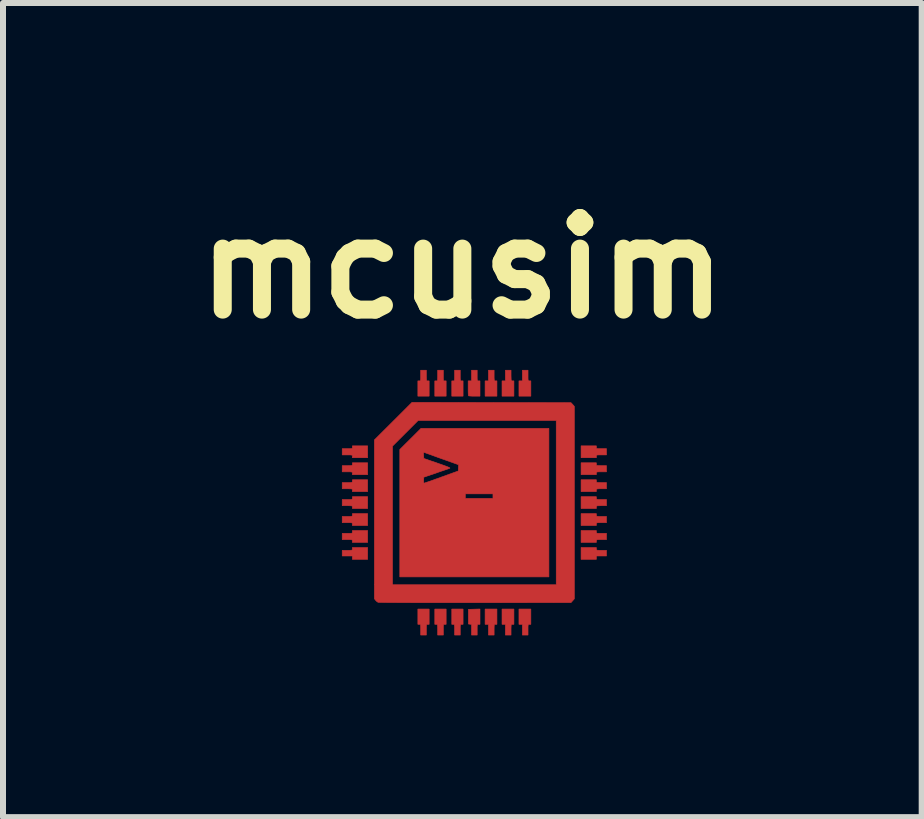
<source format=kicad_pcb>
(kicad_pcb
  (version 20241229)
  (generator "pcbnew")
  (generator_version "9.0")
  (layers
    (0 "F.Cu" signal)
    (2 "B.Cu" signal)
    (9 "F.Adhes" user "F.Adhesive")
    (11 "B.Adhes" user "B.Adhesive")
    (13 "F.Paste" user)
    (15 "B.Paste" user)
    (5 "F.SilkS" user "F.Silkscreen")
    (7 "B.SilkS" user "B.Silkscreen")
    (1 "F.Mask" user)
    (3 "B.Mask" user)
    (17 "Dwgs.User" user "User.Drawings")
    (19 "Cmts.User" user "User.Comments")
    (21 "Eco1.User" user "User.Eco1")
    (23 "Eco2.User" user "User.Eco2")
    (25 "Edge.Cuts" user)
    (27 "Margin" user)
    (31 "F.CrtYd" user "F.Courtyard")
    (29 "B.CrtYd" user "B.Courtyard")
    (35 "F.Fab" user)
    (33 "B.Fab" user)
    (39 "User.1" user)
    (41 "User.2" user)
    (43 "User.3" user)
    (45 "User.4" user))
  (footprint "mcusim"
    (layer "F.Cu")
    (at 4.852 5.318)
    (property "Reference" "mcusim" (at -0.2 -3.9 0) (layer "F.SilkS") (effects (font (size 1.524 1.524) (thickness 0.3))))
    (attr through_hole)
    (fp_poly (pts (xy -1.778 0.95) (xy -2.032 0.95) (xy -2.032 0.894) (xy -2.201 0.894) (xy -2.201 0.8) (xy -2.117 0.8) (xy -2.077 0.799) (xy -2.052 0.798) (xy -2.038 0.795) (xy -2.033 0.789) (xy -2.032 0.778) (xy -2.032 0.776) (xy -2.032 0.753) (xy -1.778 0.753) (xy -1.778 0.95)) (stroke (width 0.01) (type solid)) (fill yes) (layer "F.Cu"))
    (fp_poly (pts (xy 0.329 -2.112) (xy 0.329 -2.071) (xy 0.331 -2.044) (xy 0.334 -2.03) (xy 0.339 -2.024) (xy 0.349 -2.023) (xy 0.353 -2.023) (xy 0.376 -2.023) (xy 0.376 -1.769) (xy 0.179 -1.769) (xy 0.179 -2.023) (xy 0.235 -2.023) (xy 0.235 -2.201) (xy 0.329 -2.201) (xy 0.329 -2.112)) (stroke (width 0.01) (type solid)) (fill yes) (layer "F.Cu"))
    (fp_poly (pts (xy 0.376 2.032) (xy 0.353 2.032) (xy 0.342 2.033) (xy 0.335 2.037) (xy 0.331 2.048) (xy 0.33 2.07) (xy 0.329 2.106) (xy 0.329 2.121) (xy 0.329 2.211) (xy 0.235 2.211) (xy 0.235 2.032) (xy 0.179 2.032) (xy 0.179 1.778) (xy 0.376 1.778) (xy 0.376 2.032)) (stroke (width 0.01) (type solid)) (fill yes) (layer "F.Cu"))
    (fp_poly (pts (xy 0.611 -2.112) (xy 0.612 -2.071) (xy 0.613 -2.044) (xy 0.616 -2.03) (xy 0.622 -2.024) (xy 0.631 -2.023) (xy 0.635 -2.023) (xy 0.659 -2.023) (xy 0.659 -1.769) (xy 0.461 -1.769) (xy 0.461 -2.023) (xy 0.517 -2.023) (xy 0.517 -2.201) (xy 0.611 -2.201) (xy 0.611 -2.112)) (stroke (width 0.01) (type solid)) (fill yes) (layer "F.Cu"))
    (fp_poly (pts (xy 0.659 2.032) (xy 0.635 2.032) (xy 0.624 2.033) (xy 0.617 2.037) (xy 0.613 2.048) (xy 0.612 2.07) (xy 0.611 2.106) (xy 0.611 2.121) (xy 0.611 2.211) (xy 0.517 2.211) (xy 0.517 2.032) (xy 0.461 2.032) (xy 0.461 1.778) (xy 0.659 1.778) (xy 0.659 2.032)) (stroke (width 0.01) (type solid)) (fill yes) (layer "F.Cu"))
    (fp_poly (pts (xy 0.894 -2.112) (xy 0.894 -2.071) (xy 0.895 -2.044) (xy 0.898 -2.03) (xy 0.904 -2.024) (xy 0.913 -2.023) (xy 0.917 -2.023) (xy 0.941 -2.023) (xy 0.941 -1.769) (xy 0.743 -1.769) (xy 0.743 -2.023) (xy 0.8 -2.023) (xy 0.8 -2.201) (xy 0.894 -2.201) (xy 0.894 -2.112)) (stroke (width 0.01) (type solid)) (fill yes) (layer "F.Cu"))
    (fp_poly (pts (xy 0.941 2.032) (xy 0.917 2.032) (xy 0.906 2.033) (xy 0.899 2.037) (xy 0.896 2.048) (xy 0.894 2.07) (xy 0.894 2.106) (xy 0.894 2.121) (xy 0.894 2.211) (xy 0.8 2.211) (xy 0.8 2.032) (xy 0.743 2.032) (xy 0.743 1.778) (xy 0.941 1.778) (xy 0.941 2.032)) (stroke (width 0.01) (type solid)) (fill yes) (layer "F.Cu"))
    (fp_poly (pts (xy 2.032 0.776) (xy 2.033 0.787) (xy 2.037 0.794) (xy 2.049 0.798) (xy 2.072 0.799) (xy 2.109 0.8) (xy 2.117 0.8) (xy 2.201 0.8) (xy 2.201 0.894) (xy 2.032 0.894) (xy 2.032 0.95) (xy 1.778 0.95) (xy 1.778 0.753) (xy 2.032 0.753) (xy 2.032 0.776)) (stroke (width 0.01) (type solid)) (fill yes) (layer "F.Cu"))
    (fp_poly (pts (xy 0.094 2.032) (xy 0.071 2.032) (xy 0.06 2.033) (xy 0.053 2.037) (xy 0.049 2.048) (xy 0.047 2.07) (xy 0.047 2.106) (xy 0.047 2.121) (xy 0.047 2.211) (xy -0.047 2.211) (xy -0.047 2.033) (xy -0.073 2.03) (xy -0.099 2.027) (xy -0.099 1.783) (xy 0.094 1.777) (xy 0.094 2.032)) (stroke (width 0.01) (type solid)) (fill yes) (layer "F.Cu"))
    (fp_poly (pts (xy -1.778 -0.743) (xy -2.032 -0.743) (xy -2.032 -0.767) (xy -2.033 -0.778) (xy -2.037 -0.785) (xy -2.049 -0.788) (xy -2.072 -0.79) (xy -2.109 -0.79) (xy -2.117 -0.79) (xy -2.201 -0.79) (xy -2.201 -0.894) (xy -2.117 -0.894) (xy -2.077 -0.894) (xy -2.052 -0.895) (xy -2.038 -0.898) (xy -2.033 -0.905) (xy -2.032 -0.915) (xy -2.032 -0.917) (xy -2.032 -0.941) (xy -1.778 -0.941) (xy -1.778 -0.743)) (stroke (width 0.01) (type solid)) (fill yes) (layer "F.Cu"))
    (fp_poly (pts (xy -1.778 -0.461) (xy -2.032 -0.461) (xy -2.032 -0.484) (xy -2.033 -0.496) (xy -2.037 -0.503) (xy -2.049 -0.506) (xy -2.072 -0.508) (xy -2.109 -0.508) (xy -2.117 -0.508) (xy -2.201 -0.508) (xy -2.201 -0.611) (xy -2.117 -0.611) (xy -2.077 -0.612) (xy -2.052 -0.613) (xy -2.038 -0.616) (xy -2.033 -0.623) (xy -2.032 -0.633) (xy -2.032 -0.635) (xy -2.032 -0.659) (xy -1.778 -0.659) (xy -1.778 -0.461)) (stroke (width 0.01) (type solid)) (fill yes) (layer "F.Cu"))
    (fp_poly (pts (xy -1.778 -0.179) (xy -2.032 -0.179) (xy -2.032 -0.202) (xy -2.033 -0.213) (xy -2.037 -0.22) (xy -2.049 -0.224) (xy -2.072 -0.225) (xy -2.109 -0.226) (xy -2.117 -0.226) (xy -2.201 -0.226) (xy -2.201 -0.329) (xy -2.117 -0.329) (xy -2.077 -0.329) (xy -2.052 -0.331) (xy -2.038 -0.334) (xy -2.033 -0.34) (xy -2.032 -0.351) (xy -2.032 -0.353) (xy -2.032 -0.376) (xy -1.778 -0.376) (xy -1.778 -0.179)) (stroke (width 0.01) (type solid)) (fill yes) (layer "F.Cu"))
    (fp_poly (pts (xy -1.778 0.103) (xy -2.032 0.103) (xy -2.032 0.08) (xy -2.033 0.069) (xy -2.037 0.062) (xy -2.049 0.058) (xy -2.072 0.057) (xy -2.109 0.056) (xy -2.117 0.056) (xy -2.201 0.056) (xy -2.201 -0.047) (xy -2.117 -0.047) (xy -2.077 -0.047) (xy -2.052 -0.048) (xy -2.038 -0.052) (xy -2.033 -0.058) (xy -2.032 -0.068) (xy -2.032 -0.071) (xy -2.032 -0.094) (xy -1.778 -0.094) (xy -1.778 0.103)) (stroke (width 0.01) (type solid)) (fill yes) (layer "F.Cu"))
    (fp_poly (pts (xy -1.778 0.386) (xy -2.032 0.386) (xy -2.032 0.362) (xy -2.033 0.351) (xy -2.037 0.344) (xy -2.049 0.34) (xy -2.072 0.339) (xy -2.109 0.339) (xy -2.117 0.339) (xy -2.201 0.339) (xy -2.201 0.235) (xy -2.117 0.235) (xy -2.077 0.235) (xy -2.052 0.234) (xy -2.038 0.23) (xy -2.033 0.224) (xy -2.032 0.214) (xy -2.032 0.212) (xy -2.032 0.188) (xy -1.778 0.188) (xy -1.778 0.386)) (stroke (width 0.01) (type solid)) (fill yes) (layer "F.Cu"))
    (fp_poly (pts (xy -1.778 0.668) (xy -2.032 0.668) (xy -2.032 0.644) (xy -2.033 0.633) (xy -2.037 0.626) (xy -2.049 0.623) (xy -2.072 0.621) (xy -2.109 0.621) (xy -2.117 0.621) (xy -2.201 0.621) (xy -2.201 0.517) (xy -2.117 0.517) (xy -2.077 0.517) (xy -2.052 0.516) (xy -2.038 0.513) (xy -2.033 0.506) (xy -2.032 0.496) (xy -2.032 0.494) (xy -2.032 0.47) (xy -1.778 0.47) (xy -1.778 0.668)) (stroke (width 0.01) (type solid)) (fill yes) (layer "F.Cu"))
    (fp_poly (pts (xy -0.8 -2.112) (xy -0.799 -2.071) (xy -0.798 -2.044) (xy -0.795 -2.03) (xy -0.79 -2.024) (xy -0.78 -2.023) (xy -0.776 -2.023) (xy -0.753 -2.023) (xy -0.753 -1.769) (xy -0.941 -1.769) (xy -0.941 -2.023) (xy -0.917 -2.023) (xy -0.906 -2.023) (xy -0.899 -2.027) (xy -0.896 -2.039) (xy -0.894 -2.061) (xy -0.894 -2.097) (xy -0.894 -2.112) (xy -0.894 -2.201) (xy -0.8 -2.201) (xy -0.8 -2.112)) (stroke (width 0.01) (type solid)) (fill yes) (layer "F.Cu"))
    (fp_poly (pts (xy -0.753 2.032) (xy -0.776 2.032) (xy -0.787 2.033) (xy -0.794 2.037) (xy -0.798 2.048) (xy -0.799 2.07) (xy -0.8 2.106) (xy -0.8 2.121) (xy -0.8 2.211) (xy -0.894 2.211) (xy -0.894 2.121) (xy -0.894 2.08) (xy -0.895 2.054) (xy -0.898 2.04) (xy -0.904 2.033) (xy -0.913 2.032) (xy -0.917 2.032) (xy -0.941 2.032) (xy -0.941 1.778) (xy -0.753 1.778) (xy -0.753 2.032)) (stroke (width 0.01) (type solid)) (fill yes) (layer "F.Cu"))
    (fp_poly (pts (xy -0.517 -2.112) (xy -0.517 -2.071) (xy -0.516 -2.044) (xy -0.513 -2.03) (xy -0.507 -2.024) (xy -0.498 -2.023) (xy -0.494 -2.023) (xy -0.47 -2.023) (xy -0.47 -1.769) (xy -0.659 -1.769) (xy -0.659 -2.023) (xy -0.635 -2.023) (xy -0.624 -2.023) (xy -0.617 -2.027) (xy -0.613 -2.039) (xy -0.612 -2.061) (xy -0.611 -2.097) (xy -0.611 -2.112) (xy -0.611 -2.201) (xy -0.517 -2.201) (xy -0.517 -2.112)) (stroke (width 0.01) (type solid)) (fill yes) (layer "F.Cu"))
    (fp_poly (pts (xy -0.47 2.032) (xy -0.494 2.032) (xy -0.505 2.033) (xy -0.512 2.037) (xy -0.515 2.048) (xy -0.517 2.07) (xy -0.517 2.106) (xy -0.517 2.121) (xy -0.517 2.211) (xy -0.611 2.211) (xy -0.611 2.121) (xy -0.612 2.08) (xy -0.613 2.054) (xy -0.616 2.04) (xy -0.622 2.033) (xy -0.631 2.032) (xy -0.635 2.032) (xy -0.659 2.032) (xy -0.659 1.778) (xy -0.47 1.778) (xy -0.47 2.032)) (stroke (width 0.01) (type solid)) (fill yes) (layer "F.Cu"))
    (fp_poly (pts (xy -0.235 -2.112) (xy -0.235 -2.071) (xy -0.234 -2.044) (xy -0.231 -2.03) (xy -0.225 -2.024) (xy -0.216 -2.023) (xy -0.212 -2.023) (xy -0.188 -2.023) (xy -0.188 -1.769) (xy -0.376 -1.769) (xy -0.376 -2.023) (xy -0.353 -2.023) (xy -0.342 -2.023) (xy -0.335 -2.027) (xy -0.331 -2.039) (xy -0.33 -2.061) (xy -0.329 -2.097) (xy -0.329 -2.112) (xy -0.329 -2.201) (xy -0.235 -2.201) (xy -0.235 -2.112)) (stroke (width 0.01) (type solid)) (fill yes) (layer "F.Cu"))
    (fp_poly (pts (xy -0.188 2.032) (xy -0.212 2.032) (xy -0.223 2.033) (xy -0.229 2.037) (xy -0.233 2.048) (xy -0.235 2.07) (xy -0.235 2.106) (xy -0.235 2.121) (xy -0.235 2.211) (xy -0.329 2.211) (xy -0.329 2.121) (xy -0.329 2.08) (xy -0.331 2.054) (xy -0.334 2.04) (xy -0.339 2.033) (xy -0.349 2.032) (xy -0.353 2.032) (xy -0.376 2.032) (xy -0.376 1.778) (xy -0.188 1.778) (xy -0.188 2.032)) (stroke (width 0.01) (type solid)) (fill yes) (layer "F.Cu"))
    (fp_poly (pts (xy 2.032 -0.917) (xy 2.033 -0.906) (xy 2.037 -0.899) (xy 2.049 -0.895) (xy 2.072 -0.894) (xy 2.109 -0.894) (xy 2.117 -0.894) (xy 2.201 -0.894) (xy 2.201 -0.79) (xy 2.117 -0.79) (xy 2.077 -0.79) (xy 2.052 -0.789) (xy 2.038 -0.786) (xy 2.033 -0.779) (xy 2.032 -0.769) (xy 2.032 -0.767) (xy 2.032 -0.743) (xy 1.778 -0.743) (xy 1.778 -0.941) (xy 2.032 -0.941) (xy 2.032 -0.917)) (stroke (width 0.01) (type solid)) (fill yes) (layer "F.Cu"))
    (fp_poly (pts (xy 2.032 -0.635) (xy 2.033 -0.624) (xy 2.037 -0.617) (xy 2.049 -0.613) (xy 2.072 -0.612) (xy 2.109 -0.611) (xy 2.117 -0.611) (xy 2.201 -0.611) (xy 2.201 -0.508) (xy 2.117 -0.508) (xy 2.077 -0.508) (xy 2.052 -0.507) (xy 2.038 -0.503) (xy 2.033 -0.497) (xy 2.032 -0.487) (xy 2.032 -0.484) (xy 2.032 -0.461) (xy 1.778 -0.461) (xy 1.778 -0.659) (xy 2.032 -0.659) (xy 2.032 -0.635)) (stroke (width 0.01) (type solid)) (fill yes) (layer "F.Cu"))
    (fp_poly (pts (xy 2.032 -0.353) (xy 2.033 -0.342) (xy 2.037 -0.335) (xy 2.049 -0.331) (xy 2.072 -0.33) (xy 2.109 -0.329) (xy 2.117 -0.329) (xy 2.201 -0.329) (xy 2.201 -0.226) (xy 2.117 -0.226) (xy 2.077 -0.226) (xy 2.052 -0.224) (xy 2.038 -0.221) (xy 2.033 -0.215) (xy 2.032 -0.204) (xy 2.032 -0.202) (xy 2.032 -0.179) (xy 1.778 -0.179) (xy 1.778 -0.376) (xy 2.032 -0.376) (xy 2.032 -0.353)) (stroke (width 0.01) (type solid)) (fill yes) (layer "F.Cu"))
    (fp_poly (pts (xy 2.032 -0.071) (xy 2.033 -0.059) (xy 2.037 -0.053) (xy 2.049 -0.049) (xy 2.072 -0.047) (xy 2.109 -0.047) (xy 2.117 -0.047) (xy 2.201 -0.047) (xy 2.201 0.056) (xy 2.117 0.056) (xy 2.077 0.057) (xy 2.052 0.058) (xy 2.038 0.061) (xy 2.033 0.067) (xy 2.032 0.078) (xy 2.032 0.08) (xy 2.032 0.103) (xy 1.778 0.103) (xy 1.778 -0.094) (xy 2.032 -0.094) (xy 2.032 -0.071)) (stroke (width 0.01) (type solid)) (fill yes) (layer "F.Cu"))
    (fp_poly (pts (xy 2.032 0.212) (xy 2.033 0.223) (xy 2.037 0.23) (xy 2.049 0.233) (xy 2.072 0.235) (xy 2.109 0.235) (xy 2.117 0.235) (xy 2.201 0.235) (xy 2.201 0.339) (xy 2.117 0.339) (xy 2.077 0.339) (xy 2.052 0.34) (xy 2.038 0.343) (xy 2.033 0.35) (xy 2.032 0.36) (xy 2.032 0.362) (xy 2.032 0.386) (xy 1.778 0.386) (xy 1.778 0.188) (xy 2.032 0.188) (xy 2.032 0.212)) (stroke (width 0.01) (type solid)) (fill yes) (layer "F.Cu"))
    (fp_poly (pts (xy 2.032 0.494) (xy 2.033 0.505) (xy 2.037 0.512) (xy 2.049 0.516) (xy 2.072 0.517) (xy 2.109 0.517) (xy 2.117 0.517) (xy 2.201 0.517) (xy 2.201 0.621) (xy 2.117 0.621) (xy 2.077 0.621) (xy 2.052 0.622) (xy 2.038 0.626) (xy 2.033 0.632) (xy 2.032 0.642) (xy 2.032 0.644) (xy 2.032 0.668) (xy 1.778 0.668) (xy 1.778 0.47) (xy 2.032 0.47) (xy 2.032 0.494)) (stroke (width 0.01) (type solid)) (fill yes) (layer "F.Cu"))
    (fp_poly (pts (xy 0.047 -2.112) (xy 0.047 -2.071) (xy 0.048 -2.044) (xy 0.051 -2.03) (xy 0.057 -2.024) (xy 0.067 -2.023) (xy 0.071 -2.023) (xy 0.094 -2.023) (xy 0.094 -1.769) (xy 0.002 -1.769) (xy -0.038 -1.769) (xy -0.071 -1.771) (xy -0.092 -1.773) (xy -0.097 -1.775) (xy -0.1 -1.786) (xy -0.102 -1.812) (xy -0.103 -1.85) (xy -0.103 -1.895) (xy -0.103 -1.902) (xy -0.103 -2.023) (xy -0.047 -2.023) (xy -0.047 -2.201) (xy 0.047 -2.201) (xy 0.047 -2.112)) (stroke (width 0.01) (type solid)) (fill yes) (layer "F.Cu"))
    (fp_poly (pts (xy 1.61 -1.66) (xy 1.638 -1.63) (xy 1.665 -1.599) (xy 1.665 1.608) (xy 1.638 1.639) (xy 1.61 1.67) (xy 0.013 1.672) (xy -0.16 1.672) (xy -0.327 1.672) (xy -0.488 1.672) (xy -0.643 1.672) (xy -0.789 1.671) (xy -0.927 1.671) (xy -1.055 1.671) (xy -1.172 1.67) (xy -1.277 1.67) (xy -1.369 1.669) (xy -1.448 1.669) (xy -1.512 1.668) (xy -1.56 1.667) (xy -1.591 1.666) (xy -1.605 1.665) (xy -1.605 1.665) (xy -1.625 1.652) (xy -1.645 1.632) (xy -1.645 1.632) (xy -1.665 1.606) (xy -1.665 -0.936) (xy -1.364 -0.936) (xy -1.364 1.373) (xy 1.364 1.373) (xy 1.364 -1.364) (xy -0.936 -1.364) (xy -1.15 -1.15) (xy -1.364 -0.936) (xy -1.665 -0.936) (xy -1.665 -1.04) (xy -1.352 -1.352) (xy -1.039 -1.665) (xy 1.61 -1.66)) (stroke (width 0.01) (type solid)) (fill yes) (layer "F.Cu"))
    (fp_poly (pts (xy 1.242 1.242) (xy -1.242 1.242) (xy -1.242 -0.141) (xy -0.151 -0.141) (xy -0.151 -0.066) (xy 0.31 -0.066) (xy 0.31 -0.141) (xy -0.151 -0.141) (xy -1.242 -0.141) (xy -1.242 -0.836) (xy -0.848 -0.836) (xy -0.845 -0.783) (xy -0.842 -0.731) (xy -0.616 -0.653) (xy -0.544 -0.628) (xy -0.489 -0.608) (xy -0.449 -0.593) (xy -0.423 -0.582) (xy -0.409 -0.574) (xy -0.407 -0.569) (xy -0.409 -0.568) (xy -0.423 -0.563) (xy -0.452 -0.552) (xy -0.494 -0.538) (xy -0.544 -0.521) (xy -0.602 -0.501) (xy -0.635 -0.489) (xy -0.842 -0.419) (xy -0.845 -0.369) (xy -0.845 -0.338) (xy -0.841 -0.323) (xy -0.835 -0.32) (xy -0.824 -0.324) (xy -0.797 -0.333) (xy -0.757 -0.346) (xy -0.705 -0.364) (xy -0.646 -0.386) (xy -0.579 -0.409) (xy -0.546 -0.422) (xy -0.268 -0.522) (xy -0.265 -0.574) (xy -0.263 -0.626) (xy -0.472 -0.701) (xy -0.537 -0.724) (xy -0.602 -0.747) (xy -0.662 -0.769) (xy -0.714 -0.788) (xy -0.753 -0.802) (xy -0.765 -0.806) (xy -0.848 -0.836) (xy -1.242 -0.836) (xy -1.242 -0.88) (xy -1.065 -1.056) (xy -0.889 -1.232) (xy 1.242 -1.232) (xy 1.242 1.242)) (stroke (width 0.01) (type solid)) (fill yes) (layer "F.Cu"))
    (fp_poly (pts (xy -0.734 -2.16) (xy -0.732 -2.118) (xy -0.726 -2.093) (xy -0.715 -2.082) (xy -0.697 -2.083) (xy -0.691 -2.085) (xy -0.684 -2.093) (xy -0.679 -2.111) (xy -0.677 -2.144) (xy -0.677 -2.16) (xy -0.677 -2.23) (xy -0.452 -2.23) (xy -0.452 -2.16) (xy -0.45 -2.118) (xy -0.444 -2.093) (xy -0.433 -2.082) (xy -0.415 -2.083) (xy -0.409 -2.085) (xy -0.401 -2.093) (xy -0.397 -2.111) (xy -0.395 -2.144) (xy -0.395 -2.16) (xy -0.395 -2.23) (xy -0.169 -2.23) (xy -0.169 -2.16) (xy -0.168 -2.12) (xy -0.164 -2.096) (xy -0.154 -2.085) (xy -0.139 -2.084) (xy -0.129 -2.086) (xy -0.121 -2.092) (xy -0.116 -2.104) (xy -0.113 -2.128) (xy -0.113 -2.16) (xy -0.113 -2.23) (xy 0.113 -2.23) (xy 0.113 -2.16) (xy 0.114 -2.12) (xy 0.118 -2.096) (xy 0.128 -2.085) (xy 0.144 -2.084) (xy 0.153 -2.086) (xy 0.162 -2.092) (xy 0.167 -2.104) (xy 0.169 -2.128) (xy 0.169 -2.16) (xy 0.169 -2.23) (xy 0.395 -2.23) (xy 0.395 -2.16) (xy 0.396 -2.12) (xy 0.401 -2.096) (xy 0.41 -2.085) (xy 0.426 -2.084) (xy 0.435 -2.086) (xy 0.444 -2.092) (xy 0.449 -2.104) (xy 0.451 -2.128) (xy 0.452 -2.16) (xy 0.452 -2.23) (xy 0.677 -2.23) (xy 0.677 -2.16) (xy 0.678 -2.12) (xy 0.683 -2.096) (xy 0.692 -2.085) (xy 0.708 -2.084) (xy 0.717 -2.086) (xy 0.726 -2.092) (xy 0.731 -2.104) (xy 0.733 -2.128) (xy 0.734 -2.16) (xy 0.734 -2.23) (xy 0.96 -2.23) (xy 0.96 -2.163) (xy 0.96 -2.127) (xy 0.963 -2.104) (xy 0.97 -2.09) (xy 0.982 -2.078) (xy 0.983 -2.077) (xy 0.992 -2.07) (xy 0.998 -2.062) (xy 1.002 -2.051) (xy 1.005 -2.032) (xy 1.006 -2.005) (xy 1.006 -1.965) (xy 1.007 -1.909) (xy 1.007 -1.895) (xy 1.007 -1.732) (xy 1.648 -1.726) (xy 1.689 -1.682) (xy 1.731 -1.638) (xy 1.731 -1.32) (xy 1.731 -1.002) (xy 1.899 -1.005) (xy 2.068 -1.007) (xy 2.086 -0.983) (xy 2.099 -0.97) (xy 2.114 -0.963) (xy 2.137 -0.96) (xy 2.167 -0.96) (xy 2.23 -0.96) (xy 2.23 -0.724) (xy 2.165 -0.724) (xy 2.125 -0.723) (xy 2.102 -0.717) (xy 2.093 -0.706) (xy 2.095 -0.689) (xy 2.095 -0.689) (xy 2.107 -0.682) (xy 2.138 -0.678) (xy 2.164 -0.677) (xy 2.23 -0.677) (xy 2.23 -0.442) (xy 2.165 -0.442) (xy 2.125 -0.441) (xy 2.102 -0.435) (xy 2.093 -0.424) (xy 2.095 -0.407) (xy 2.095 -0.407) (xy 2.107 -0.4) (xy 2.138 -0.396) (xy 2.164 -0.395) (xy 2.23 -0.395) (xy 2.23 -0.16) (xy 2.165 -0.16) (xy 2.125 -0.158) (xy 2.102 -0.153) (xy 2.093 -0.142) (xy 2.095 -0.125) (xy 2.095 -0.125) (xy 2.107 -0.117) (xy 2.138 -0.114) (xy 2.164 -0.113) (xy 2.23 -0.113) (xy 2.23 0.122) (xy 2.165 0.122) (xy 2.125 0.124) (xy 2.102 0.129) (xy 2.093 0.14) (xy 2.095 0.157) (xy 2.095 0.158) (xy 2.107 0.165) (xy 2.138 0.169) (xy 2.164 0.169) (xy 2.23 0.169) (xy 2.23 0.405) (xy 2.165 0.405) (xy 2.125 0.406) (xy 2.102 0.412) (xy 2.093 0.422) (xy 2.095 0.44) (xy 2.095 0.44) (xy 2.107 0.447) (xy 2.138 0.451) (xy 2.164 0.452) (xy 2.23 0.452) (xy 2.23 0.687) (xy 2.165 0.687) (xy 2.125 0.688) (xy 2.102 0.694) (xy 2.093 0.705) (xy 2.095 0.722) (xy 2.095 0.722) (xy 2.107 0.729) (xy 2.138 0.733) (xy 2.164 0.734) (xy 2.23 0.734) (xy 2.23 0.96) (xy 2.164 0.96) (xy 2.127 0.961) (xy 2.106 0.964) (xy 2.098 0.971) (xy 2.098 0.972) (xy 2.091 0.988) (xy 2.08 1.001) (xy 2.072 1.007) (xy 2.059 1.011) (xy 2.04 1.013) (xy 2.012 1.015) (xy 1.97 1.015) (xy 1.914 1.014) (xy 1.897 1.014) (xy 1.731 1.011) (xy 1.731 1.329) (xy 1.731 1.647) (xy 1.689 1.692) (xy 1.648 1.736) (xy 1.327 1.738) (xy 1.007 1.741) (xy 1.007 1.905) (xy 1.007 1.964) (xy 1.006 2.007) (xy 1.005 2.037) (xy 1.003 2.057) (xy 0.999 2.07) (xy 0.993 2.078) (xy 0.985 2.085) (xy 0.983 2.087) (xy 0.971 2.099) (xy 0.964 2.113) (xy 0.96 2.135) (xy 0.96 2.17) (xy 0.96 2.172) (xy 0.96 2.239) (xy 0.734 2.239) (xy 0.734 2.17) (xy 0.733 2.133) (xy 0.73 2.111) (xy 0.725 2.1) (xy 0.717 2.096) (xy 0.698 2.093) (xy 0.686 2.099) (xy 0.68 2.117) (xy 0.678 2.15) (xy 0.677 2.169) (xy 0.677 2.239) (xy 0.452 2.239) (xy 0.452 2.17) (xy 0.451 2.133) (xy 0.448 2.111) (xy 0.443 2.1) (xy 0.435 2.096) (xy 0.416 2.093) (xy 0.404 2.099) (xy 0.398 2.117) (xy 0.395 2.15) (xy 0.395 2.169) (xy 0.395 2.239) (xy 0.169 2.239) (xy 0.169 2.17) (xy 0.169 2.133) (xy 0.166 2.111) (xy 0.16 2.1) (xy 0.153 2.096) (xy 0.134 2.093) (xy 0.122 2.099) (xy 0.115 2.117) (xy 0.113 2.15) (xy 0.113 2.169) (xy 0.113 2.239) (xy -0.113 2.239) (xy -0.113 2.169) (xy -0.114 2.131) (xy -0.117 2.108) (xy -0.124 2.096) (xy -0.127 2.094) (xy -0.147 2.091) (xy -0.159 2.098) (xy -0.167 2.12) (xy -0.169 2.157) (xy -0.169 2.169) (xy -0.169 2.239) (xy -0.395 2.239) (xy -0.395 2.169) (xy -0.396 2.131) (xy -0.399 2.108) (xy -0.406 2.096) (xy -0.409 2.094) (xy -0.429 2.091) (xy -0.442 2.098) (xy -0.449 2.12) (xy -0.451 2.157) (xy -0.452 2.169) (xy -0.452 2.239) (xy -0.677 2.239) (xy -0.677 2.169) (xy -0.678 2.131) (xy -0.682 2.108) (xy -0.688 2.096) (xy -0.691 2.094) (xy -0.711 2.091) (xy -0.724 2.098) (xy -0.731 2.12) (xy -0.734 2.157) (xy -0.734 2.169) (xy -0.734 2.239) (xy -0.96 2.239) (xy -0.96 2.172) (xy -0.96 2.136) (xy -0.963 2.114) (xy -0.97 2.099) (xy -0.982 2.087) (xy -0.983 2.087) (xy -0.992 2.08) (xy -0.998 2.072) (xy -1.002 2.06) (xy -1.005 2.042) (xy -1.006 2.014) (xy -1.006 1.974) (xy -1.007 1.918) (xy -1.007 1.905) (xy -1.007 1.741) (xy -1.327 1.738) (xy -1.648 1.736) (xy -1.689 1.692) (xy -1.731 1.647) (xy -1.731 1.329) (xy -1.731 1.011) (xy -1.897 1.014) (xy -1.957 1.015) (xy -2.002 1.015) (xy -2.034 1.014) (xy -2.055 1.012) (xy -2.069 1.008) (xy -2.078 1.003) (xy -2.08 1.001) (xy -2.094 0.984) (xy -2.098 0.972) (xy -2.103 0.965) (xy -2.121 0.961) (xy -2.155 0.96) (xy -2.164 0.96) (xy -2.23 0.96) (xy -2.23 0.734) (xy -2.165 0.734) (xy -2.125 0.732) (xy -2.102 0.727) (xy -2.093 0.716) (xy -2.095 0.699) (xy -2.095 0.699) (xy -2.107 0.691) (xy -2.138 0.687) (xy -2.164 0.687) (xy -2.23 0.687) (xy -2.23 0.452) (xy -2.165 0.452) (xy -2.125 0.45) (xy -2.102 0.444) (xy -2.093 0.434) (xy -2.095 0.416) (xy -2.095 0.416) (xy -2.107 0.409) (xy -2.138 0.405) (xy -2.164 0.405) (xy -2.23 0.405) (xy -2.23 0.169) (xy -2.165 0.169) (xy -2.125 0.168) (xy -2.102 0.162) (xy -2.093 0.151) (xy -2.095 0.134) (xy -2.095 0.134) (xy -2.107 0.127) (xy -2.138 0.123) (xy -2.164 0.122) (xy -2.23 0.122) (xy -2.23 -0.113) (xy -2.165 -0.113) (xy -2.125 -0.114) (xy -2.102 -0.12) (xy -2.093 -0.131) (xy -2.095 -0.148) (xy -2.095 -0.148) (xy -2.107 -0.155) (xy -2.138 -0.159) (xy -2.164 -0.16) (xy -2.23 -0.16) (xy -2.23 -0.395) (xy -2.165 -0.395) (xy -2.125 -0.397) (xy -2.102 -0.402) (xy -2.093 -0.413) (xy -2.095 -0.43) (xy -2.095 -0.43) (xy -2.107 -0.438) (xy -2.138 -0.442) (xy -2.164 -0.442) (xy -2.23 -0.442) (xy -2.23 -0.677) (xy -2.165 -0.677) (xy -2.125 -0.679) (xy -2.102 -0.685) (xy -2.093 -0.695) (xy -2.095 -0.713) (xy -2.095 -0.713) (xy -2.107 -0.72) (xy -2.138 -0.724) (xy -2.164 -0.724) (xy -2.23 -0.724) (xy -2.23 -0.96) (xy -2.167 -0.96) (xy -2.133 -0.96) (xy -2.111 -0.964) (xy -2.097 -0.972) (xy -2.086 -0.983) (xy -2.068 -1.007) (xy -1.899 -1.005) (xy -1.731 -1.002) (xy -1.731 -1.04) (xy -1.731 -1.048) (xy -1.729 -1.057) (xy -1.725 -1.067) (xy -1.717 -1.08) (xy -1.705 -1.096) (xy -1.687 -1.116) (xy -1.662 -1.143) (xy -1.629 -1.178) (xy -1.587 -1.22) (xy -1.535 -1.273) (xy -1.472 -1.336) (xy -1.404 -1.404) (xy -1.329 -1.479) (xy -1.267 -1.541) (xy -1.215 -1.592) (xy -1.173 -1.633) (xy -1.14 -1.665) (xy -1.113 -1.689) (xy -1.093 -1.707) (xy -1.077 -1.718) (xy -1.065 -1.726) (xy -1.056 -1.729) (xy -1.047 -1.731) (xy -1.042 -1.731) (xy -1.007 -1.731) (xy -1.007 -1.895) (xy -1.007 -1.954) (xy -1.006 -1.997) (xy -1.005 -2.027) (xy -1.003 -2.047) (xy -0.999 -2.06) (xy -0.993 -2.069) (xy -0.985 -2.076) (xy -0.983 -2.077) (xy -0.971 -2.089) (xy -0.964 -2.103) (xy -0.96 -2.125) (xy -0.96 -2.16) (xy -0.96 -2.163) (xy -0.96 -2.23) (xy -0.734 -2.23) (xy -0.734 -2.16)) (stroke (width 0.01) (type solid)) (fill yes) (layer "F.Mask")))
  (gr_rect
    (start -3 -3)
    (end 12.304 10.562)
    (stroke (width 0.1) (type default))
    (fill no)
    (layer "Edge.Cuts")))
</source>
